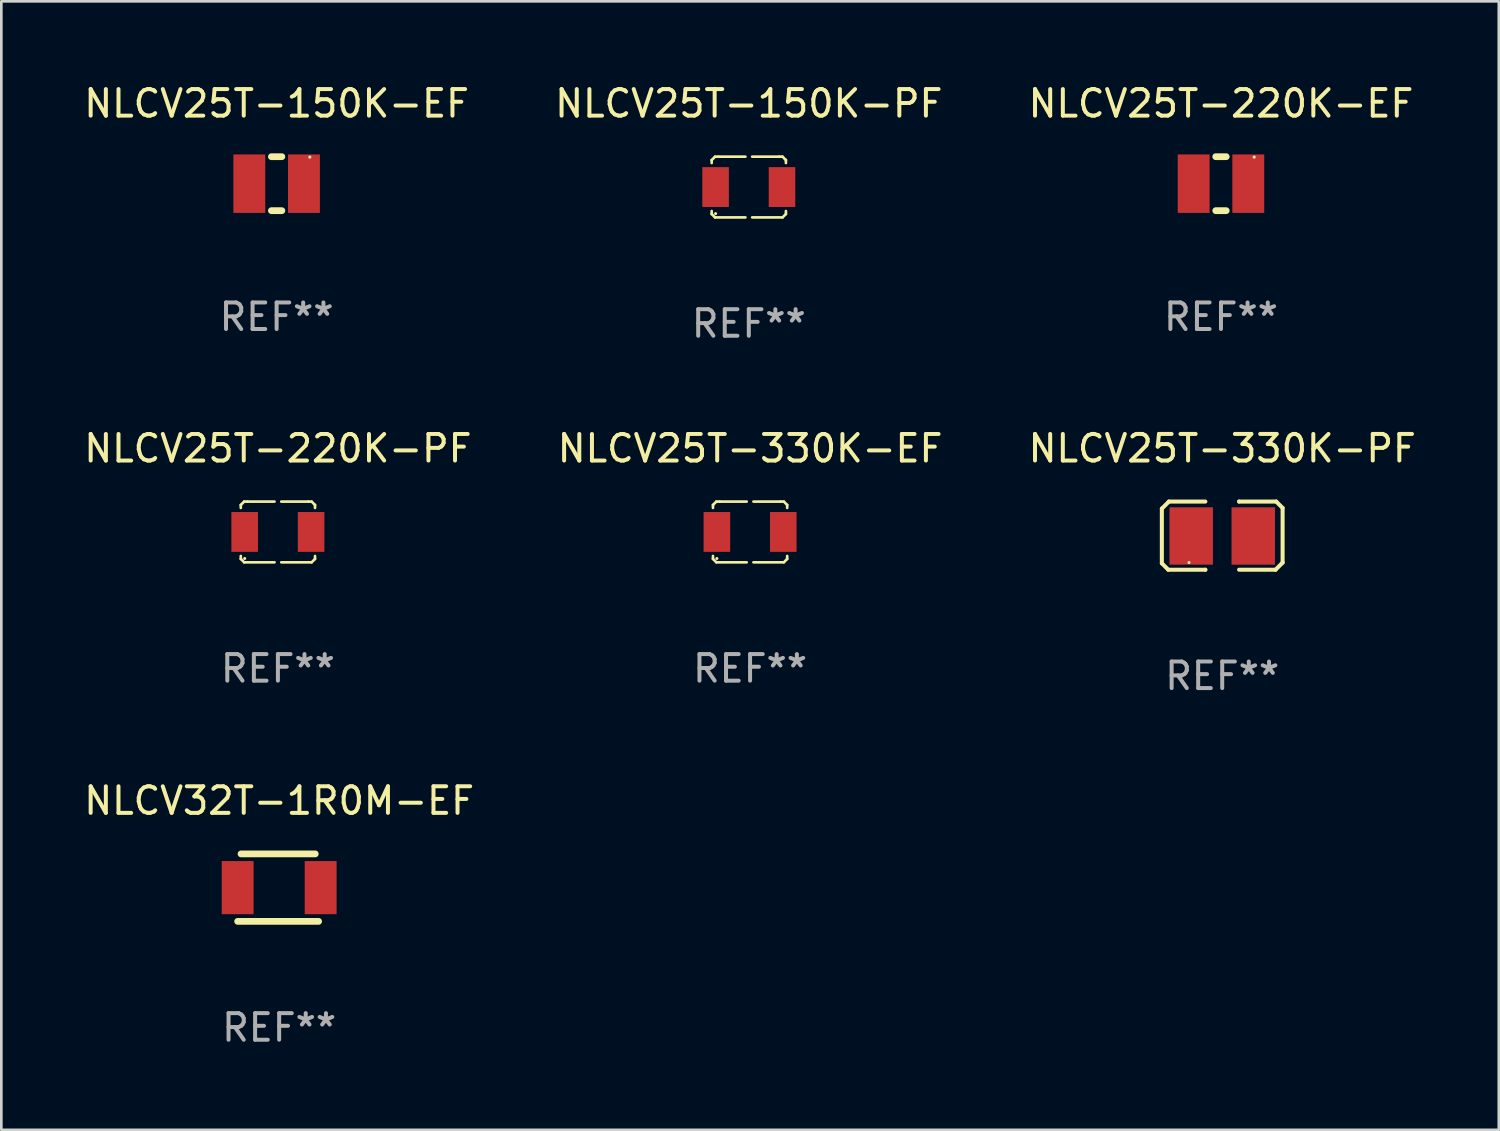
<source format=kicad_pcb>
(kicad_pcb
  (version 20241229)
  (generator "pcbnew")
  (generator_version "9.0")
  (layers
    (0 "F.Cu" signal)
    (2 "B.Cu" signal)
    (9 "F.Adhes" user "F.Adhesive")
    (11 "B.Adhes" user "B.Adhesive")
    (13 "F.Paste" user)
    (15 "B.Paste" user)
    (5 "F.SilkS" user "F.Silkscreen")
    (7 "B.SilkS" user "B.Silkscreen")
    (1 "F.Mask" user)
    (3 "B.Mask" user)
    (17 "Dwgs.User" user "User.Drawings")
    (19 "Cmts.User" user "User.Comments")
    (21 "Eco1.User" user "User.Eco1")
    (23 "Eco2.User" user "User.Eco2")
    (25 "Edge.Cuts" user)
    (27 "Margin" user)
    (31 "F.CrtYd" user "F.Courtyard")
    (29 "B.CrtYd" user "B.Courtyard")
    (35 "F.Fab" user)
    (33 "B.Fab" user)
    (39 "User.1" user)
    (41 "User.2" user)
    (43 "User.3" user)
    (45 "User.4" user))
  (footprint "NLCV25T-220K-EF"
    (layer "F.Cu")
    (at 42.911 3.864)
    (property "Reference" "NLCV25T-220K-EF" (at 0 -3.016 0) (layer "F.SilkS") (effects (font (size 1 1) (thickness 0.15))))
    (attr through_hole)
    (fp_line (start -0.197 1.016) (end 0.197 1.016) (stroke (width 0.254) (type solid)) (layer "F.SilkS"))
    (fp_line (start 0.197 -1.016) (end -0.197 -1.016) (stroke (width 0.254) (type solid)) (layer "F.SilkS"))
    (fp_circle (center 1.25 -1) (end 1.28 -1) (stroke (width 0.06) (type solid)) (fill no) (layer "F.SilkS"))
    (fp_text user "REF**" (at 0 5.016 0) (layer "F.Fab") (effects (font (size 1 1) (thickness 0.15))))
    (pad "1" smd rect (at 1.028 0) (size 1.2 2.2) (layers "F.Cu" "F.Mask" "F.Paste"))
    (pad "2" smd rect (at -1.028 0) (size 1.2 2.2) (layers "F.Cu" "F.Mask" "F.Paste")))
  (footprint "NLCV25T-330K-PF"
    (layer "F.Cu")
    (at 42.958 17.113)
    (property "Reference" "NLCV25T-330K-PF" (at 0 -3.283 0) (layer "F.SilkS") (effects (font (size 1 1) (thickness 0.15))))
    (attr through_hole)
    (fp_line (start -2.273 -1.016) (end -2.007 -1.283) (stroke (width 0.152) (type solid)) (layer "F.SilkS"))
    (fp_line (start -2.273 1.041) (end -2.273 -1.016) (stroke (width 0.152) (type solid)) (layer "F.SilkS"))
    (fp_line (start -2.032 1.283) (end -2.273 1.041) (stroke (width 0.152) (type solid)) (layer "F.SilkS"))
    (fp_line (start -2.007 -1.283) (end -0.635 -1.283) (stroke (width 0.152) (type solid)) (layer "F.SilkS"))
    (fp_line (start -0.635 1.283) (end -2.032 1.283) (stroke (width 0.152) (type solid)) (layer "F.SilkS"))
    (fp_line (start -0.635 1.283) (end -0.635 1.283) (stroke (width 0.152) (type solid)) (layer "F.SilkS"))
    (fp_line (start 0.635 -1.283) (end 0.635 -1.283) (stroke (width 0.152) (type solid)) (layer "F.SilkS"))
    (fp_line (start 0.635 -1.283) (end 2.032 -1.283) (stroke (width 0.152) (type solid)) (layer "F.SilkS"))
    (fp_line (start 2.007 1.283) (end 0.635 1.283) (stroke (width 0.152) (type solid)) (layer "F.SilkS"))
    (fp_line (start 2.032 -1.283) (end 2.273 -1.041) (stroke (width 0.152) (type solid)) (layer "F.SilkS"))
    (fp_line (start 2.273 -1.041) (end 2.273 1.016) (stroke (width 0.152) (type solid)) (layer "F.SilkS"))
    (fp_line (start 2.273 1.016) (end 2.007 1.283) (stroke (width 0.152) (type solid)) (layer "F.SilkS"))
    (fp_circle (center -1.25 1.013) (end -1.22 1.013) (stroke (width 0.06) (type solid)) (fill no) (layer "F.SilkS"))
    (fp_text user "REF**" (at 0 5.283 0) (layer "F.Fab") (effects (font (size 1 1) (thickness 0.15))))
    (pad "1" smd rect (at -1.167 0.013) (size 1.635 2.16) (layers "F.Cu" "F.Mask" "F.Paste"))
    (pad "2" smd rect (at 1.168 0.013) (size 1.635 2.16) (layers "F.Cu" "F.Mask" "F.Paste")))
  (footprint "NLCV25T-150K-PF"
    (layer "F.Cu")
    (at 25.137 3.991)
    (property "Reference" "NLCV25T-150K-PF" (at 0 -3.143 0) (layer "F.SilkS") (effects (font (size 1 1) (thickness 0.15))))
    (attr through_hole)
    (fp_line (start -1.397 -1.016) (end -1.397 -0.904) (stroke (width 0.1) (type solid)) (layer "F.SilkS"))
    (fp_line (start -1.397 0.904) (end -1.397 1.016) (stroke (width 0.1) (type solid)) (layer "F.SilkS"))
    (fp_line (start -1.397 1.016) (end -1.27 1.143) (stroke (width 0.1) (type solid)) (layer "F.SilkS"))
    (fp_line (start -1.27 -1.143) (end -1.397 -1.016) (stroke (width 0.1) (type solid)) (layer "F.SilkS"))
    (fp_line (start -1.27 1.143) (end -0.127 1.143) (stroke (width 0.1) (type solid)) (layer "F.SilkS"))
    (fp_line (start -1.143 -1.143) (end -1.27 -1.143) (stroke (width 0.1) (type solid)) (layer "F.SilkS"))
    (fp_line (start -0.127 -1.143) (end -1.143 -1.143) (stroke (width 0.1) (type solid)) (layer "F.SilkS"))
    (fp_line (start 0.127 -1.143) (end 1.143 -1.143) (stroke (width 0.1) (type solid)) (layer "F.SilkS"))
    (fp_line (start 1.143 -1.143) (end 1.27 -1.143) (stroke (width 0.1) (type solid)) (layer "F.SilkS"))
    (fp_line (start 1.27 -1.143) (end 1.397 -1.016) (stroke (width 0.1) (type solid)) (layer "F.SilkS"))
    (fp_line (start 1.27 1.143) (end 0.127 1.143) (stroke (width 0.1) (type solid)) (layer "F.SilkS"))
    (fp_line (start 1.397 -1.016) (end 1.397 -0.904) (stroke (width 0.1) (type solid)) (layer "F.SilkS"))
    (fp_line (start 1.397 0.904) (end 1.397 1.016) (stroke (width 0.1) (type solid)) (layer "F.SilkS"))
    (fp_line (start 1.397 1.016) (end 1.27 1.143) (stroke (width 0.1) (type solid)) (layer "F.SilkS"))
    (fp_circle (center -1.25 1) (end -1.22 1) (stroke (width 0.06) (type solid)) (fill no) (layer "F.SilkS"))
    (fp_text user "REF**" (at 0 5.143 0) (layer "F.Fab") (effects (font (size 1 1) (thickness 0.15))))
    (pad "1" smd rect (at -1.25 0) (size 1 1.5) (layers "F.Cu" "F.Mask" "F.Paste"))
    (pad "2" smd rect (at 1.25 0) (size 1 1.5) (layers "F.Cu" "F.Mask" "F.Paste")))
  (footprint "NLCV32T-1R0M-EF"
    (layer "F.Cu")
    (at 7.458 30.363)
    (property "Reference" "NLCV32T-1R0M-EF" (at 0 -3.27 0) (layer "F.SilkS") (effects (font (size 1 1) (thickness 0.15))))
    (attr through_hole)
    (fp_line (start -1.562 1.27) (end 1.486 1.27) (stroke (width 0.254) (type solid)) (layer "F.SilkS"))
    (fp_line (start -1.435 -1.27) (end 1.359 -1.27) (stroke (width 0.254) (type solid)) (layer "F.SilkS"))
    (fp_circle (center -1.6 1.25) (end -1.57 1.25) (stroke (width 0.06) (type solid)) (fill no) (layer "F.SilkS"))
    (fp_text user "REF**" (at 0 5.27 0) (layer "F.Fab") (effects (font (size 1 1) (thickness 0.15))))
    (pad "1" smd rect (at -1.562 0 180) (size 1.2 2) (layers "F.Cu" "F.Mask" "F.Paste"))
    (pad "2" smd rect (at 1.562 0 180) (size 1.2 2) (layers "F.Cu" "F.Mask" "F.Paste")))
  (footprint "NLCV25T-150K-EF"
    (layer "F.Cu")
    (at 7.363 3.864)
    (property "Reference" "NLCV25T-150K-EF" (at 0 -3.016 0) (layer "F.SilkS") (effects (font (size 1 1) (thickness 0.15))))
    (attr through_hole)
    (fp_line (start -0.197 1.016) (end 0.197 1.016) (stroke (width 0.254) (type solid)) (layer "F.SilkS"))
    (fp_line (start 0.197 -1.016) (end -0.197 -1.016) (stroke (width 0.254) (type solid)) (layer "F.SilkS"))
    (fp_circle (center 1.25 -1) (end 1.28 -1) (stroke (width 0.06) (type solid)) (fill no) (layer "F.SilkS"))
    (fp_text user "REF**" (at 0 5.016 0) (layer "F.Fab") (effects (font (size 1 1) (thickness 0.15))))
    (pad "1" smd rect (at 1.028 0) (size 1.2 2.2) (layers "F.Cu" "F.Mask" "F.Paste"))
    (pad "2" smd rect (at -1.028 0) (size 1.2 2.2) (layers "F.Cu" "F.Mask" "F.Paste")))
  (footprint "NLCV25T-330K-EF"
    (layer "F.Cu")
    (at 25.185 16.974)
    (property "Reference" "NLCV25T-330K-EF" (at 0 -3.143 0) (layer "F.SilkS") (effects (font (size 1 1) (thickness 0.15))))
    (attr through_hole)
    (fp_line (start -1.397 -1.016) (end -1.397 -0.904) (stroke (width 0.1) (type solid)) (layer "F.SilkS"))
    (fp_line (start -1.397 0.904) (end -1.397 1.016) (stroke (width 0.1) (type solid)) (layer "F.SilkS"))
    (fp_line (start -1.397 1.016) (end -1.27 1.143) (stroke (width 0.1) (type solid)) (layer "F.SilkS"))
    (fp_line (start -1.27 -1.143) (end -1.397 -1.016) (stroke (width 0.1) (type solid)) (layer "F.SilkS"))
    (fp_line (start -1.27 1.143) (end -0.127 1.143) (stroke (width 0.1) (type solid)) (layer "F.SilkS"))
    (fp_line (start -1.143 -1.143) (end -1.27 -1.143) (stroke (width 0.1) (type solid)) (layer "F.SilkS"))
    (fp_line (start -0.127 -1.143) (end -1.143 -1.143) (stroke (width 0.1) (type solid)) (layer "F.SilkS"))
    (fp_line (start 0.127 -1.143) (end 1.143 -1.143) (stroke (width 0.1) (type solid)) (layer "F.SilkS"))
    (fp_line (start 1.143 -1.143) (end 1.27 -1.143) (stroke (width 0.1) (type solid)) (layer "F.SilkS"))
    (fp_line (start 1.27 -1.143) (end 1.397 -1.016) (stroke (width 0.1) (type solid)) (layer "F.SilkS"))
    (fp_line (start 1.27 1.143) (end 0.127 1.143) (stroke (width 0.1) (type solid)) (layer "F.SilkS"))
    (fp_line (start 1.397 -1.016) (end 1.397 -0.904) (stroke (width 0.1) (type solid)) (layer "F.SilkS"))
    (fp_line (start 1.397 0.904) (end 1.397 1.016) (stroke (width 0.1) (type solid)) (layer "F.SilkS"))
    (fp_line (start 1.397 1.016) (end 1.27 1.143) (stroke (width 0.1) (type solid)) (layer "F.SilkS"))
    (fp_circle (center -1.25 1) (end -1.22 1) (stroke (width 0.06) (type solid)) (fill no) (layer "F.SilkS"))
    (fp_text user "REF**" (at 0 5.143 0) (layer "F.Fab") (effects (font (size 1 1) (thickness 0.15))))
    (pad "1" smd rect (at -1.25 0) (size 1 1.5) (layers "F.Cu" "F.Mask" "F.Paste"))
    (pad "2" smd rect (at 1.25 0) (size 1 1.5) (layers "F.Cu" "F.Mask" "F.Paste")))
  (footprint "NLCV25T-220K-PF"
    (layer "F.Cu")
    (at 7.411 16.974)
    (property "Reference" "NLCV25T-220K-PF" (at 0 -3.143 0) (layer "F.SilkS") (effects (font (size 1 1) (thickness 0.15))))
    (attr through_hole)
    (fp_line (start -1.397 -1.016) (end -1.397 -0.904) (stroke (width 0.1) (type solid)) (layer "F.SilkS"))
    (fp_line (start -1.397 0.904) (end -1.397 1.016) (stroke (width 0.1) (type solid)) (layer "F.SilkS"))
    (fp_line (start -1.397 1.016) (end -1.27 1.143) (stroke (width 0.1) (type solid)) (layer "F.SilkS"))
    (fp_line (start -1.27 -1.143) (end -1.397 -1.016) (stroke (width 0.1) (type solid)) (layer "F.SilkS"))
    (fp_line (start -1.27 1.143) (end -0.127 1.143) (stroke (width 0.1) (type solid)) (layer "F.SilkS"))
    (fp_line (start -1.143 -1.143) (end -1.27 -1.143) (stroke (width 0.1) (type solid)) (layer "F.SilkS"))
    (fp_line (start -0.127 -1.143) (end -1.143 -1.143) (stroke (width 0.1) (type solid)) (layer "F.SilkS"))
    (fp_line (start 0.127 -1.143) (end 1.143 -1.143) (stroke (width 0.1) (type solid)) (layer "F.SilkS"))
    (fp_line (start 1.143 -1.143) (end 1.27 -1.143) (stroke (width 0.1) (type solid)) (layer "F.SilkS"))
    (fp_line (start 1.27 -1.143) (end 1.397 -1.016) (stroke (width 0.1) (type solid)) (layer "F.SilkS"))
    (fp_line (start 1.27 1.143) (end 0.127 1.143) (stroke (width 0.1) (type solid)) (layer "F.SilkS"))
    (fp_line (start 1.397 -1.016) (end 1.397 -0.904) (stroke (width 0.1) (type solid)) (layer "F.SilkS"))
    (fp_line (start 1.397 0.904) (end 1.397 1.016) (stroke (width 0.1) (type solid)) (layer "F.SilkS"))
    (fp_line (start 1.397 1.016) (end 1.27 1.143) (stroke (width 0.1) (type solid)) (layer "F.SilkS"))
    (fp_circle (center -1.25 1) (end -1.22 1) (stroke (width 0.06) (type solid)) (fill no) (layer "F.SilkS"))
    (fp_text user "REF**" (at 0 5.143 0) (layer "F.Fab") (effects (font (size 1 1) (thickness 0.15))))
    (pad "1" smd rect (at -1.25 0) (size 1 1.5) (layers "F.Cu" "F.Mask" "F.Paste"))
    (pad "2" smd rect (at 1.25 0) (size 1 1.5) (layers "F.Cu" "F.Mask" "F.Paste")))
  (gr_rect
    (start -3 -3)
    (end 53.369 39.481)
    (stroke (width 0.1) (type default))
    (fill no)
    (layer "Edge.Cuts")))
</source>
